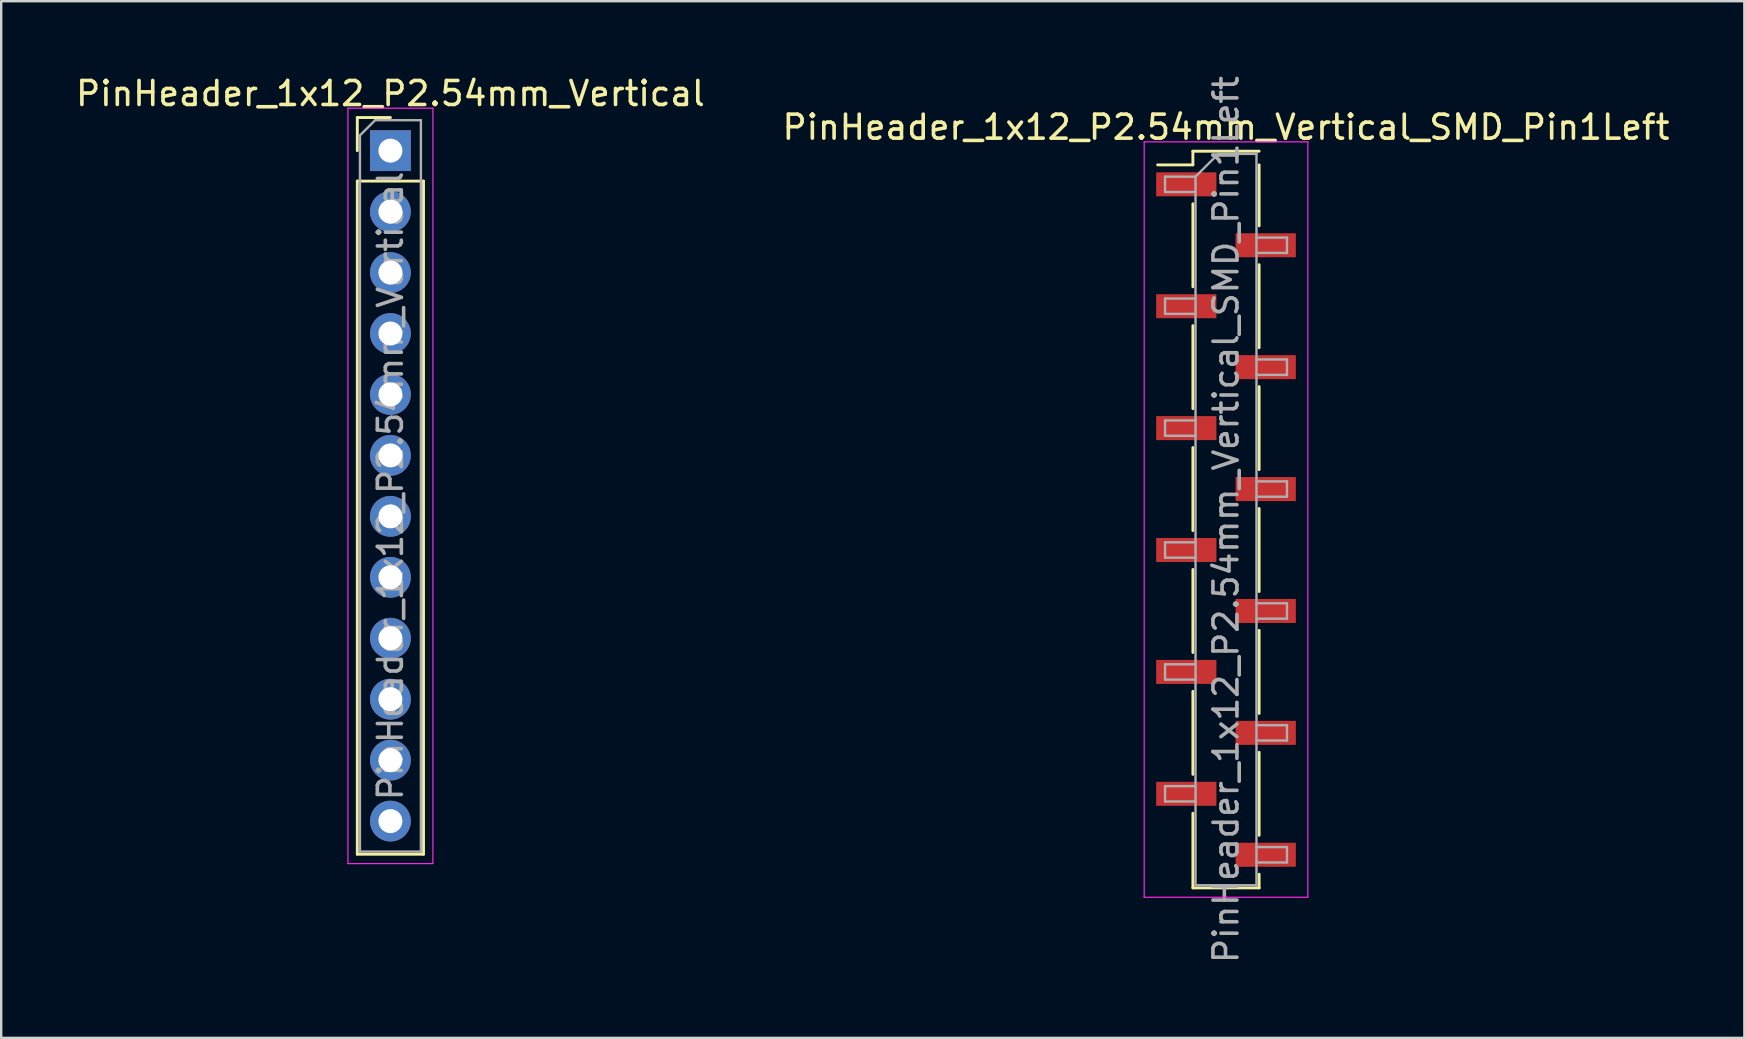
<source format=kicad_pcb>
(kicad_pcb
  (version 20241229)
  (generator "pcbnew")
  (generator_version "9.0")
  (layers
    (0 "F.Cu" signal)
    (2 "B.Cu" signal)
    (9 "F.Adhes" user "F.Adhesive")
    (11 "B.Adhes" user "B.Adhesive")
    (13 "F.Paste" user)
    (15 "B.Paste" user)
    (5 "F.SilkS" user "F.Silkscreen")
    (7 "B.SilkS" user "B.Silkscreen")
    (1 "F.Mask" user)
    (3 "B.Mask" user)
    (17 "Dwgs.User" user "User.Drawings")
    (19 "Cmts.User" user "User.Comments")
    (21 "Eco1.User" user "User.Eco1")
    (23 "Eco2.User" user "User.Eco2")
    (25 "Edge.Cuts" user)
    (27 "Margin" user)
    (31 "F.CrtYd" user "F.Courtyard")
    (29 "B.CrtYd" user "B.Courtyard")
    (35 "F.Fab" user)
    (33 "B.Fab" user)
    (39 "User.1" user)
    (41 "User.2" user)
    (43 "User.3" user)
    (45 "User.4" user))
  (footprint "PinHeader_1x12_P2.54mm_Vertical_SMD_Pin1Left"
    (layer "F.Cu")
    (at 48.042 18.601)
    (property "Reference" "PinHeader_1x12_P2.54mm_Vertical_SMD_Pin1Left" (at 0 -16.35 0) (layer "F.SilkS") (effects (font (size 1 1) (thickness 0.15))))
    (attr smd)
    (fp_line (start -1.38 -15.35) (end -1.38 -14.78) (stroke (width 0.12) (type solid)) (layer "F.SilkS"))
    (fp_line (start -1.38 -15.35) (end 1.38 -15.35) (stroke (width 0.12) (type solid)) (layer "F.SilkS"))
    (fp_line (start -1.38 -14.78) (end -2.85 -14.78) (stroke (width 0.12) (type solid)) (layer "F.SilkS"))
    (fp_line (start -1.38 -13.16) (end -1.38 -9.7) (stroke (width 0.12) (type solid)) (layer "F.SilkS"))
    (fp_line (start -1.38 -8.08) (end -1.38 -4.62) (stroke (width 0.12) (type solid)) (layer "F.SilkS"))
    (fp_line (start -1.38 -3) (end -1.38 0.46) (stroke (width 0.12) (type solid)) (layer "F.SilkS"))
    (fp_line (start -1.38 2.08) (end -1.38 5.54) (stroke (width 0.12) (type solid)) (layer "F.SilkS"))
    (fp_line (start -1.38 7.16) (end -1.38 10.62) (stroke (width 0.12) (type solid)) (layer "F.SilkS"))
    (fp_line (start -1.38 12.24) (end -1.38 15.35) (stroke (width 0.12) (type solid)) (layer "F.SilkS"))
    (fp_line (start -1.38 15.35) (end 1.38 15.35) (stroke (width 0.12) (type solid)) (layer "F.SilkS"))
    (fp_line (start 1.38 -14.78) (end 1.38 -12.24) (stroke (width 0.12) (type solid)) (layer "F.SilkS"))
    (fp_line (start 1.38 -10.62) (end 1.38 -7.16) (stroke (width 0.12) (type solid)) (layer "F.SilkS"))
    (fp_line (start 1.38 -5.54) (end 1.38 -2.08) (stroke (width 0.12) (type solid)) (layer "F.SilkS"))
    (fp_line (start 1.38 -0.46) (end 1.38 3) (stroke (width 0.12) (type solid)) (layer "F.SilkS"))
    (fp_line (start 1.38 4.62) (end 1.38 8.08) (stroke (width 0.12) (type solid)) (layer "F.SilkS"))
    (fp_line (start 1.38 9.7) (end 1.38 13.16) (stroke (width 0.12) (type solid)) (layer "F.SilkS"))
    (fp_line (start 1.38 14.78) (end 1.38 15.35) (stroke (width 0.12) (type solid)) (layer "F.SilkS"))
    (fp_line (start -3.41 -15.74) (end -3.41 15.74) (stroke (width 0.05) (type solid)) (layer "F.CrtYd"))
    (fp_line (start -3.41 15.74) (end 3.41 15.74) (stroke (width 0.05) (type solid)) (layer "F.CrtYd"))
    (fp_line (start 3.41 -15.74) (end -3.41 -15.74) (stroke (width 0.05) (type solid)) (layer "F.CrtYd"))
    (fp_line (start 3.41 15.74) (end 3.41 -15.74) (stroke (width 0.05) (type solid)) (layer "F.CrtYd"))
    (fp_line (start -2.54 -14.29) (end -2.54 -13.65) (stroke (width 0.1) (type solid)) (layer "F.Fab"))
    (fp_line (start -2.54 -13.65) (end -1.27 -13.65) (stroke (width 0.1) (type solid)) (layer "F.Fab"))
    (fp_line (start -2.54 -9.21) (end -2.54 -8.57) (stroke (width 0.1) (type solid)) (layer "F.Fab"))
    (fp_line (start -2.54 -8.57) (end -1.27 -8.57) (stroke (width 0.1) (type solid)) (layer "F.Fab"))
    (fp_line (start -2.54 -4.13) (end -2.54 -3.49) (stroke (width 0.1) (type solid)) (layer "F.Fab"))
    (fp_line (start -2.54 -3.49) (end -1.27 -3.49) (stroke (width 0.1) (type solid)) (layer "F.Fab"))
    (fp_line (start -2.54 0.95) (end -2.54 1.59) (stroke (width 0.1) (type solid)) (layer "F.Fab"))
    (fp_line (start -2.54 1.59) (end -1.27 1.59) (stroke (width 0.1) (type solid)) (layer "F.Fab"))
    (fp_line (start -2.54 6.03) (end -2.54 6.67) (stroke (width 0.1) (type solid)) (layer "F.Fab"))
    (fp_line (start -2.54 6.67) (end -1.27 6.67) (stroke (width 0.1) (type solid)) (layer "F.Fab"))
    (fp_line (start -2.54 11.11) (end -2.54 11.75) (stroke (width 0.1) (type solid)) (layer "F.Fab"))
    (fp_line (start -2.54 11.75) (end -1.27 11.75) (stroke (width 0.1) (type solid)) (layer "F.Fab"))
    (fp_line (start -1.27 -14.29) (end -2.54 -14.29) (stroke (width 0.1) (type solid)) (layer "F.Fab"))
    (fp_line (start -1.27 -14.29) (end -0.32 -15.24) (stroke (width 0.1) (type solid)) (layer "F.Fab"))
    (fp_line (start -1.27 -9.21) (end -2.54 -9.21) (stroke (width 0.1) (type solid)) (layer "F.Fab"))
    (fp_line (start -1.27 -4.13) (end -2.54 -4.13) (stroke (width 0.1) (type solid)) (layer "F.Fab"))
    (fp_line (start -1.27 0.95) (end -2.54 0.95) (stroke (width 0.1) (type solid)) (layer "F.Fab"))
    (fp_line (start -1.27 6.03) (end -2.54 6.03) (stroke (width 0.1) (type solid)) (layer "F.Fab"))
    (fp_line (start -1.27 11.11) (end -2.54 11.11) (stroke (width 0.1) (type solid)) (layer "F.Fab"))
    (fp_line (start -1.27 15.24) (end -1.27 -14.29) (stroke (width 0.1) (type solid)) (layer "F.Fab"))
    (fp_line (start -0.32 -15.24) (end 1.27 -15.24) (stroke (width 0.1) (type solid)) (layer "F.Fab"))
    (fp_line (start 1.27 -15.24) (end 1.27 15.24) (stroke (width 0.1) (type solid)) (layer "F.Fab"))
    (fp_line (start 1.27 -11.75) (end 2.54 -11.75) (stroke (width 0.1) (type solid)) (layer "F.Fab"))
    (fp_line (start 1.27 -6.67) (end 2.54 -6.67) (stroke (width 0.1) (type solid)) (layer "F.Fab"))
    (fp_line (start 1.27 -1.59) (end 2.54 -1.59) (stroke (width 0.1) (type solid)) (layer "F.Fab"))
    (fp_line (start 1.27 3.49) (end 2.54 3.49) (stroke (width 0.1) (type solid)) (layer "F.Fab"))
    (fp_line (start 1.27 8.57) (end 2.54 8.57) (stroke (width 0.1) (type solid)) (layer "F.Fab"))
    (fp_line (start 1.27 13.65) (end 2.54 13.65) (stroke (width 0.1) (type solid)) (layer "F.Fab"))
    (fp_line (start 1.27 15.24) (end -1.27 15.24) (stroke (width 0.1) (type solid)) (layer "F.Fab"))
    (fp_line (start 2.54 -11.75) (end 2.54 -11.11) (stroke (width 0.1) (type solid)) (layer "F.Fab"))
    (fp_line (start 2.54 -11.11) (end 1.27 -11.11) (stroke (width 0.1) (type solid)) (layer "F.Fab"))
    (fp_line (start 2.54 -6.67) (end 2.54 -6.03) (stroke (width 0.1) (type solid)) (layer "F.Fab"))
    (fp_line (start 2.54 -6.03) (end 1.27 -6.03) (stroke (width 0.1) (type solid)) (layer "F.Fab"))
    (fp_line (start 2.54 -1.59) (end 2.54 -0.95) (stroke (width 0.1) (type solid)) (layer "F.Fab"))
    (fp_line (start 2.54 -0.95) (end 1.27 -0.95) (stroke (width 0.1) (type solid)) (layer "F.Fab"))
    (fp_line (start 2.54 3.49) (end 2.54 4.13) (stroke (width 0.1) (type solid)) (layer "F.Fab"))
    (fp_line (start 2.54 4.13) (end 1.27 4.13) (stroke (width 0.1) (type solid)) (layer "F.Fab"))
    (fp_line (start 2.54 8.57) (end 2.54 9.21) (stroke (width 0.1) (type solid)) (layer "F.Fab"))
    (fp_line (start 2.54 9.21) (end 1.27 9.21) (stroke (width 0.1) (type solid)) (layer "F.Fab"))
    (fp_line (start 2.54 13.65) (end 2.54 14.29) (stroke (width 0.1) (type solid)) (layer "F.Fab"))
    (fp_line (start 2.54 14.29) (end 1.27 14.29) (stroke (width 0.1) (type solid)) (layer "F.Fab"))
    (fp_text user "${REFERENCE}" (at 0 0 90) (layer "F.Fab") (effects (font (size 1 1) (thickness 0.15))))
    (pad "1" smd rect (at -1.655 -13.97) (size 2.51 1) (layers "F.Cu" "F.Mask" "F.Paste"))
    (pad "2" smd rect (at 1.655 -11.43) (size 2.51 1) (layers "F.Cu" "F.Mask" "F.Paste"))
    (pad "3" smd rect (at -1.655 -8.89) (size 2.51 1) (layers "F.Cu" "F.Mask" "F.Paste"))
    (pad "4" smd rect (at 1.655 -6.35) (size 2.51 1) (layers "F.Cu" "F.Mask" "F.Paste"))
    (pad "5" smd rect (at -1.655 -3.81) (size 2.51 1) (layers "F.Cu" "F.Mask" "F.Paste"))
    (pad "6" smd rect (at 1.655 -1.27) (size 2.51 1) (layers "F.Cu" "F.Mask" "F.Paste"))
    (pad "7" smd rect (at -1.655 1.27) (size 2.51 1) (layers "F.Cu" "F.Mask" "F.Paste"))
    (pad "8" smd rect (at 1.655 3.81) (size 2.51 1) (layers "F.Cu" "F.Mask" "F.Paste"))
    (pad "9" smd rect (at -1.655 6.35) (size 2.51 1) (layers "F.Cu" "F.Mask" "F.Paste"))
    (pad "10" smd rect (at 1.655 8.89) (size 2.51 1) (layers "F.Cu" "F.Mask" "F.Paste"))
    (pad "11" smd rect (at -1.655 11.43) (size 2.51 1) (layers "F.Cu" "F.Mask" "F.Paste"))
    (pad "12" smd rect (at 1.655 13.97) (size 2.51 1) (layers "F.Cu" "F.Mask" "F.Paste")))
  (footprint "PinHeader_1x12_P2.54mm_Vertical"
    (layer "F.Cu")
    (at 13.22 3.228)
    (property "Reference" "PinHeader_1x12_P2.54mm_Vertical" (at 0 -2.38 0) (layer "F.SilkS") (effects (font (size 1 1) (thickness 0.15))))
    (attr through_hole)
    (fp_line (start -1.38 -1.38) (end 0 -1.38) (stroke (width 0.12) (type solid)) (layer "F.SilkS"))
    (fp_line (start -1.38 0) (end -1.38 -1.38) (stroke (width 0.12) (type solid)) (layer "F.SilkS"))
    (fp_line (start -1.38 1.27) (end -1.38 29.32) (stroke (width 0.12) (type solid)) (layer "F.SilkS"))
    (fp_line (start -1.38 1.27) (end 1.38 1.27) (stroke (width 0.12) (type solid)) (layer "F.SilkS"))
    (fp_line (start -1.38 29.32) (end 1.38 29.32) (stroke (width 0.12) (type solid)) (layer "F.SilkS"))
    (fp_line (start 1.38 1.27) (end 1.38 29.32) (stroke (width 0.12) (type solid)) (layer "F.SilkS"))
    (fp_line (start -1.77 -1.77) (end -1.77 29.71) (stroke (width 0.05) (type solid)) (layer "F.CrtYd"))
    (fp_line (start -1.77 29.71) (end 1.77 29.71) (stroke (width 0.05) (type solid)) (layer "F.CrtYd"))
    (fp_line (start 1.77 -1.77) (end -1.77 -1.77) (stroke (width 0.05) (type solid)) (layer "F.CrtYd"))
    (fp_line (start 1.77 29.71) (end 1.77 -1.77) (stroke (width 0.05) (type solid)) (layer "F.CrtYd"))
    (fp_line (start -1.27 -0.635) (end -0.635 -1.27) (stroke (width 0.1) (type solid)) (layer "F.Fab"))
    (fp_line (start -1.27 29.21) (end -1.27 -0.635) (stroke (width 0.1) (type solid)) (layer "F.Fab"))
    (fp_line (start -0.635 -1.27) (end 1.27 -1.27) (stroke (width 0.1) (type solid)) (layer "F.Fab"))
    (fp_line (start 1.27 -1.27) (end 1.27 29.21) (stroke (width 0.1) (type solid)) (layer "F.Fab"))
    (fp_line (start 1.27 29.21) (end -1.27 29.21) (stroke (width 0.1) (type solid)) (layer "F.Fab"))
    (fp_text user "${REFERENCE}" (at 0 13.97 90) (layer "F.Fab") (effects (font (size 1 1) (thickness 0.15))))
    (pad "1" thru_hole rect (at 0 0) (size 1.7 1.7) (drill 1) (layers "*.Cu" "*.Mask"))
    (pad "2" thru_hole circle (at 0 2.54) (size 1.7 1.7) (drill 1) (layers "*.Cu" "*.Mask"))
    (pad "3" thru_hole circle (at 0 5.08) (size 1.7 1.7) (drill 1) (layers "*.Cu" "*.Mask"))
    (pad "4" thru_hole circle (at 0 7.62) (size 1.7 1.7) (drill 1) (layers "*.Cu" "*.Mask"))
    (pad "5" thru_hole circle (at 0 10.16) (size 1.7 1.7) (drill 1) (layers "*.Cu" "*.Mask"))
    (pad "6" thru_hole circle (at 0 12.7) (size 1.7 1.7) (drill 1) (layers "*.Cu" "*.Mask"))
    (pad "7" thru_hole circle (at 0 15.24) (size 1.7 1.7) (drill 1) (layers "*.Cu" "*.Mask"))
    (pad "8" thru_hole circle (at 0 17.78) (size 1.7 1.7) (drill 1) (layers "*.Cu" "*.Mask"))
    (pad "9" thru_hole circle (at 0 20.32) (size 1.7 1.7) (drill 1) (layers "*.Cu" "*.Mask"))
    (pad "10" thru_hole circle (at 0 22.86) (size 1.7 1.7) (drill 1) (layers "*.Cu" "*.Mask"))
    (pad "11" thru_hole circle (at 0 25.4) (size 1.7 1.7) (drill 1) (layers "*.Cu" "*.Mask"))
    (pad "12" thru_hole circle (at 0 27.94) (size 1.7 1.7) (drill 1) (layers "*.Cu" "*.Mask")))
  (gr_rect
    (start -3 -3)
    (end 69.643 40.202)
    (stroke (width 0.1) (type default))
    (fill no)
    (layer "Edge.Cuts")))
</source>
